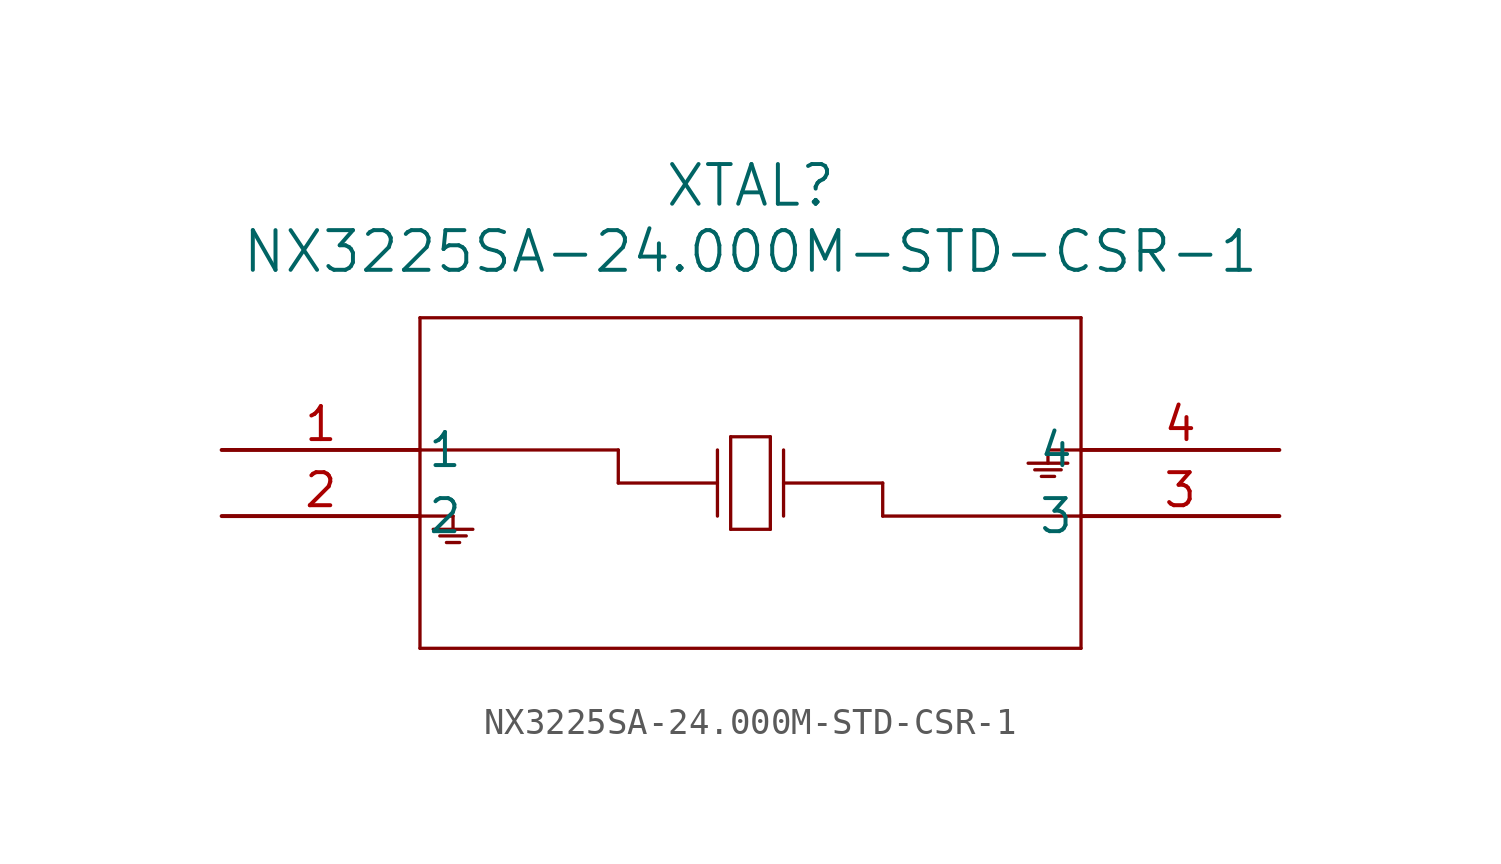
<source format=kicad_sym>
(kicad_symbol_lib
  (version 20211014)
  (generator kicad_symbol_editor)
  (symbol "NX3225SA-24.000M-STD-CSR-1"
    (pin_names
      (offset 0.254))
    (property "Reference" "XTAL"
      (at 20.32 10.16 0)
      (effects (font (size 1.524 1.524))))
    (property "Value" "NX3225SA-24.000M-STD-CSR-1"
      (at 20.32 7.62 0)
      (effects (font (size 1.524 1.524))))
    (symbol "NX3225SA-24.000M-STD-CSR-1_0_1"
      (polyline (pts (xy 7.62 5.08) (xy 7.62 -7.62)) (stroke (width 0.127) (type default) (color 0 0 0 0)) (fill (type none)))
      (polyline (pts (xy 7.62 -7.62) (xy 33.02 -7.62)) (stroke (width 0.127) (type default) (color 0 0 0 0)) (fill (type none)))
      (polyline (pts (xy 33.02 -7.62) (xy 33.02 5.08)) (stroke (width 0.127) (type default) (color 0 0 0 0)) (fill (type none)))
      (polyline (pts (xy 33.02 5.08) (xy 7.62 5.08)) (stroke (width 0.127) (type default) (color 0 0 0 0)) (fill (type none)))
      (polyline (pts (xy 7.62 0) (xy 15.24 0)) (stroke (width 0.127) (type default) (color 0 0 0 0)) (fill (type none)))
      (polyline (pts (xy 33.02 -2.54) (xy 25.4 -2.54)) (stroke (width 0.127) (type default) (color 0 0 0 0)) (fill (type none)))
      (polyline (pts (xy 15.24 0) (xy 15.24 -1.27)) (stroke (width 0.127) (type default) (color 0 0 0 0)) (fill (type none)))
      (polyline (pts (xy 25.4 -1.27) (xy 25.4 -2.54)) (stroke (width 0.127) (type default) (color 0 0 0 0)) (fill (type none)))
      (polyline (pts (xy 25.4 -1.27) (xy 21.59 -1.27)) (stroke (width 0.127) (type default) (color 0 0 0 0)) (fill (type none)))
      (polyline (pts (xy 15.24 -1.27) (xy 19.05 -1.27)) (stroke (width 0.127) (type default) (color 0 0 0 0)) (fill (type none)))
      (polyline (pts (xy 19.05 0) (xy 19.05 -2.54)) (stroke (width 0.127) (type default) (color 0 0 0 0)) (fill (type none)))
      (polyline (pts (xy 21.59 0) (xy 21.59 -2.54)) (stroke (width 0.127) (type default) (color 0 0 0 0)) (fill (type none)))
      (polyline (pts (xy 19.558 0.508) (xy 19.558 -3.048)) (stroke (width 0.127) (type default) (color 0 0 0 0)) (fill (type none)))
      (polyline (pts (xy 19.558 -3.048) (xy 21.082 -3.048)) (stroke (width 0.127) (type default) (color 0 0 0 0)) (fill (type none)))
      (polyline (pts (xy 21.082 -3.048) (xy 21.082 0.508)) (stroke (width 0.127) (type default) (color 0 0 0 0)) (fill (type none)))
      (polyline (pts (xy 21.082 0.508) (xy 19.558 0.508)) (stroke (width 0.127) (type default) (color 0 0 0 0)) (fill (type none)))
      (polyline (pts (xy 7.62 -2.54) (xy 8.89 -2.54)) (stroke (width 0.127) (type default) (color 0 0 0 0)) (fill (type none)))
      (polyline (pts (xy 8.89 -2.54) (xy 8.89 -3.048)) (stroke (width 0.127) (type default) (color 0 0 0 0)) (fill (type none)))
      (polyline (pts (xy 8.128 -3.048) (xy 9.652 -3.048)) (stroke (width 0.127) (type default) (color 0 0 0 0)) (fill (type none)))
      (polyline (pts (xy 8.382 -3.302) (xy 9.398 -3.302)) (stroke (width 0.127) (type default) (color 0 0 0 0)) (fill (type none)))
      (polyline (pts (xy 8.636 -3.556) (xy 9.144 -3.556)) (stroke (width 0.127) (type default) (color 0 0 0 0)) (fill (type none)))
      (polyline (pts (xy 33.02 0) (xy 31.75 0)) (stroke (width 0.127) (type default) (color 0 0 0 0)) (fill (type none)))
      (polyline (pts (xy 31.75 0) (xy 31.75 -0.508)) (stroke (width 0.127) (type default) (color 0 0 0 0)) (fill (type none)))
      (polyline (pts (xy 32.512 -0.508) (xy 30.988 -0.508)) (stroke (width 0.127) (type default) (color 0 0 0 0)) (fill (type none)))
      (polyline (pts (xy 32.258 -0.762) (xy 31.242 -0.762)) (stroke (width 0.127) (type default) (color 0 0 0 0)) (fill (type none)))
      (polyline (pts (xy 32.004 -1.016) (xy 31.496 -1.016)) (stroke (width 0.127) (type default) (color 0 0 0 0)) (fill (type none)))
      (pin unspecified line (at 0 0 0) (length 7.62) (name "1" (effects (font (size 1.27 1.27)))) (number "1" (effects (font (size 1.27 1.27)))))
      (pin unspecified line (at 0 -2.54 0) (length 7.62) (name "2" (effects (font (size 1.27 1.27)))) (number "2" (effects (font (size 1.27 1.27)))))
      (pin unspecified line (at 40.64 -2.54 180) (length 7.62) (name "3" (effects (font (size 1.27 1.27)))) (number "3" (effects (font (size 1.27 1.27)))))
      (pin unspecified line (at 40.64 0 180) (length 7.62) (name "4" (effects (font (size 1.27 1.27)))) (number "4" (effects (font (size 1.27 1.27))))))))
</source>
